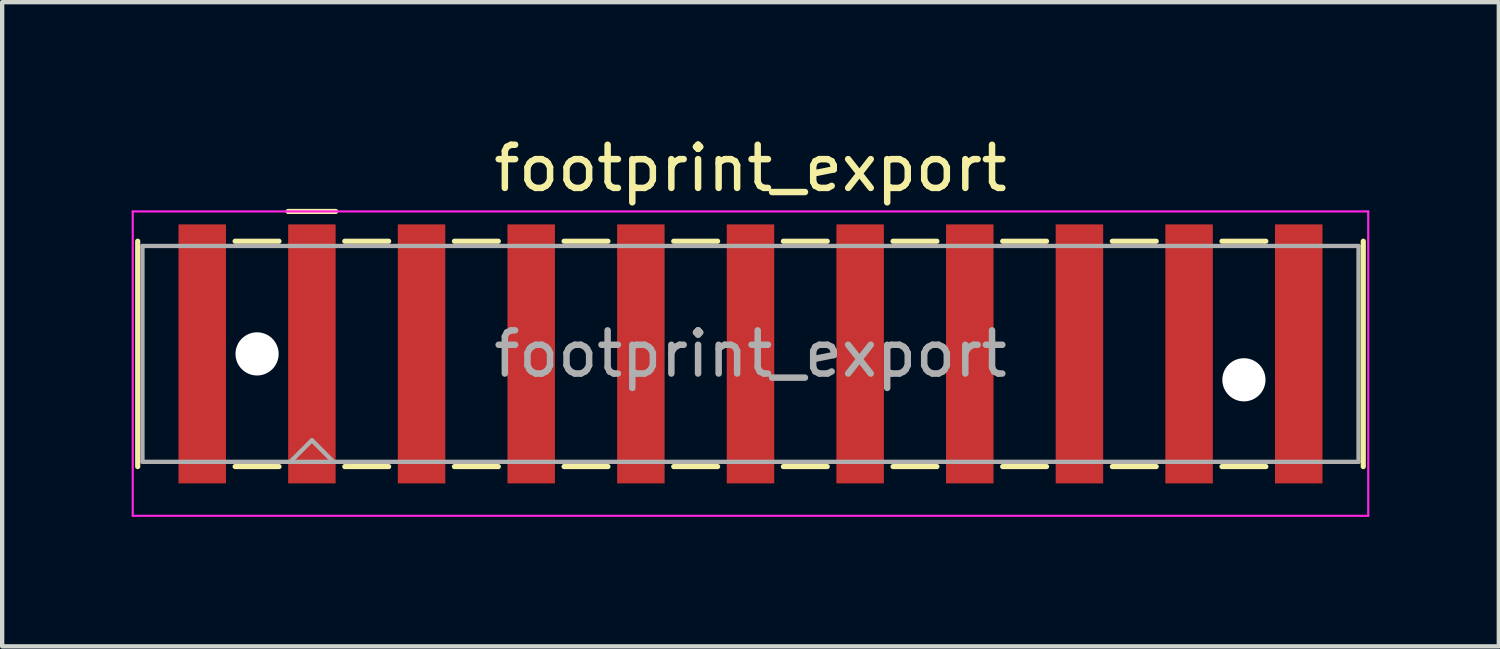
<source format=kicad_pcb>
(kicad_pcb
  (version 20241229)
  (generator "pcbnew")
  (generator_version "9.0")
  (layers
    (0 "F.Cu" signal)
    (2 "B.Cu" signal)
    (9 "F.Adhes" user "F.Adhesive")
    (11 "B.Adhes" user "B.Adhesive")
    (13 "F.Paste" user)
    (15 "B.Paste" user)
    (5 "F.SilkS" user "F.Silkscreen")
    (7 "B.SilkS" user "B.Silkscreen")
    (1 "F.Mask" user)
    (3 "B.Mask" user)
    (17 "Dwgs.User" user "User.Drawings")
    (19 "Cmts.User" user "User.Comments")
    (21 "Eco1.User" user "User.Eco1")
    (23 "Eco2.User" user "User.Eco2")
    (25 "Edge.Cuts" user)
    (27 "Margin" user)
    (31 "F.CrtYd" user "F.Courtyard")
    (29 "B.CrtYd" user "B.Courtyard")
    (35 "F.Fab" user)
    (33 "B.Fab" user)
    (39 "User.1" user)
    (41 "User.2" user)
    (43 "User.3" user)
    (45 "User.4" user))
  (footprint "footprint_export"
    (layer "F.Cu")
    (at 14.335 5.148)
    (property "Reference" "footprint_export" (at 0 -4.3 0) (layer "F.SilkS") (effects (font (size 1 1) (thickness 0.15))))
    (attr smd)
    (fp_line (start -14.195 -2.61) (end -14.195 2.61) (stroke (width 0.12) (type solid)) (layer "F.SilkS"))
    (fp_line (start -11.938 -2.61) (end -10.922 -2.61) (stroke (width 0.12) (type solid)) (layer "F.SilkS"))
    (fp_line (start -11.938 2.61) (end -10.922 2.61) (stroke (width 0.12) (type solid)) (layer "F.SilkS"))
    (fp_line (start -10.71 -3.3) (end -9.61 -3.3) (stroke (width 0.12) (type solid)) (layer "F.SilkS"))
    (fp_line (start -9.398 -2.61) (end -8.382 -2.61) (stroke (width 0.12) (type solid)) (layer "F.SilkS"))
    (fp_line (start -9.398 2.61) (end -8.382 2.61) (stroke (width 0.12) (type solid)) (layer "F.SilkS"))
    (fp_line (start -6.858 -2.61) (end -5.842 -2.61) (stroke (width 0.12) (type solid)) (layer "F.SilkS"))
    (fp_line (start -6.858 2.61) (end -5.842 2.61) (stroke (width 0.12) (type solid)) (layer "F.SilkS"))
    (fp_line (start -4.318 -2.61) (end -3.302 -2.61) (stroke (width 0.12) (type solid)) (layer "F.SilkS"))
    (fp_line (start -4.318 2.61) (end -3.302 2.61) (stroke (width 0.12) (type solid)) (layer "F.SilkS"))
    (fp_line (start -1.778 -2.61) (end -0.762 -2.61) (stroke (width 0.12) (type solid)) (layer "F.SilkS"))
    (fp_line (start -1.778 2.61) (end -0.762 2.61) (stroke (width 0.12) (type solid)) (layer "F.SilkS"))
    (fp_line (start 0.762 -2.61) (end 1.778 -2.61) (stroke (width 0.12) (type solid)) (layer "F.SilkS"))
    (fp_line (start 0.762 2.61) (end 1.778 2.61) (stroke (width 0.12) (type solid)) (layer "F.SilkS"))
    (fp_line (start 3.302 -2.61) (end 4.318 -2.61) (stroke (width 0.12) (type solid)) (layer "F.SilkS"))
    (fp_line (start 3.302 2.61) (end 4.318 2.61) (stroke (width 0.12) (type solid)) (layer "F.SilkS"))
    (fp_line (start 5.842 -2.61) (end 6.858 -2.61) (stroke (width 0.12) (type solid)) (layer "F.SilkS"))
    (fp_line (start 5.842 2.61) (end 6.858 2.61) (stroke (width 0.12) (type solid)) (layer "F.SilkS"))
    (fp_line (start 8.382 -2.61) (end 9.398 -2.61) (stroke (width 0.12) (type solid)) (layer "F.SilkS"))
    (fp_line (start 8.382 2.61) (end 9.398 2.61) (stroke (width 0.12) (type solid)) (layer "F.SilkS"))
    (fp_line (start 10.922 -2.61) (end 11.938 -2.61) (stroke (width 0.12) (type solid)) (layer "F.SilkS"))
    (fp_line (start 10.922 2.61) (end 11.938 2.61) (stroke (width 0.12) (type solid)) (layer "F.SilkS"))
    (fp_line (start 14.195 -2.61) (end 14.195 2.61) (stroke (width 0.12) (type solid)) (layer "F.SilkS"))
    (fp_line (start -14.31 -3.3) (end -14.31 3.75) (stroke (width 0.05) (type solid)) (layer "F.CrtYd"))
    (fp_line (start -14.31 3.75) (end 14.31 3.75) (stroke (width 0.05) (type solid)) (layer "F.CrtYd"))
    (fp_line (start 14.31 -3.3) (end -14.31 -3.3) (stroke (width 0.05) (type solid)) (layer "F.CrtYd"))
    (fp_line (start 14.31 3.75) (end 14.31 -3.3) (stroke (width 0.05) (type solid)) (layer "F.CrtYd"))
    (fp_line (start -14.085 -2.5) (end -14.085 2.5) (stroke (width 0.1) (type solid)) (layer "F.Fab"))
    (fp_line (start -14.085 2.5) (end 14.085 2.5) (stroke (width 0.1) (type solid)) (layer "F.Fab"))
    (fp_line (start -10.66 2.5) (end -10.16 2) (stroke (width 0.1) (type solid)) (layer "F.Fab"))
    (fp_line (start -10.16 2) (end -9.66 2.5) (stroke (width 0.1) (type solid)) (layer "F.Fab"))
    (fp_line (start 14.085 -2.5) (end -14.085 -2.5) (stroke (width 0.1) (type solid)) (layer "F.Fab"))
    (fp_line (start 14.085 2.5) (end 14.085 -2.5) (stroke (width 0.1) (type solid)) (layer "F.Fab"))
    (fp_text user "${REFERENCE}" (at 0 0 0) (layer "F.Fab") (effects (font (size 1 1) (thickness 0.15))))
    (pad "" np_thru_hole circle (at -11.43 0) (size 1 1) (drill 1) (layers "*.Cu" "*.Mask"))
    (pad "" np_thru_hole circle (at 11.43 0.6) (size 1 1) (drill 1) (layers "*.Cu" "*.Mask"))
    (pad "1" smd rect (at -10.16 0) (size 1.1 6) (layers "F.Cu" "F.Mask" "F.Paste"))
    (pad "2" smd rect (at -7.62 0) (size 1.1 6) (layers "F.Cu" "F.Mask" "F.Paste"))
    (pad "3" smd rect (at -5.08 0) (size 1.1 6) (layers "F.Cu" "F.Mask" "F.Paste"))
    (pad "4" smd rect (at -2.54 0) (size 1.1 6) (layers "F.Cu" "F.Mask" "F.Paste"))
    (pad "5" smd rect (at 0 0) (size 1.1 6) (layers "F.Cu" "F.Mask" "F.Paste"))
    (pad "6" smd rect (at 2.54 0) (size 1.1 6) (layers "F.Cu" "F.Mask" "F.Paste"))
    (pad "7" smd rect (at 5.08 0) (size 1.1 6) (layers "F.Cu" "F.Mask" "F.Paste"))
    (pad "8" smd rect (at 7.62 0) (size 1.1 6) (layers "F.Cu" "F.Mask" "F.Paste"))
    (pad "9" smd rect (at 10.16 0) (size 1.1 6) (layers "F.Cu" "F.Mask" "F.Paste"))
    (pad "MP" smd rect (at -12.7 0) (size 1.1 6) (layers "F.Cu" "F.Mask" "F.Paste"))
    (pad "MP" smd rect (at 12.7 0) (size 1.1 6) (layers "F.Cu" "F.Mask" "F.Paste")))
  (gr_rect
    (start -3 -3)
    (end 31.67 11.923)
    (stroke (width 0.1) (type default))
    (fill no)
    (layer "Edge.Cuts")))
</source>
